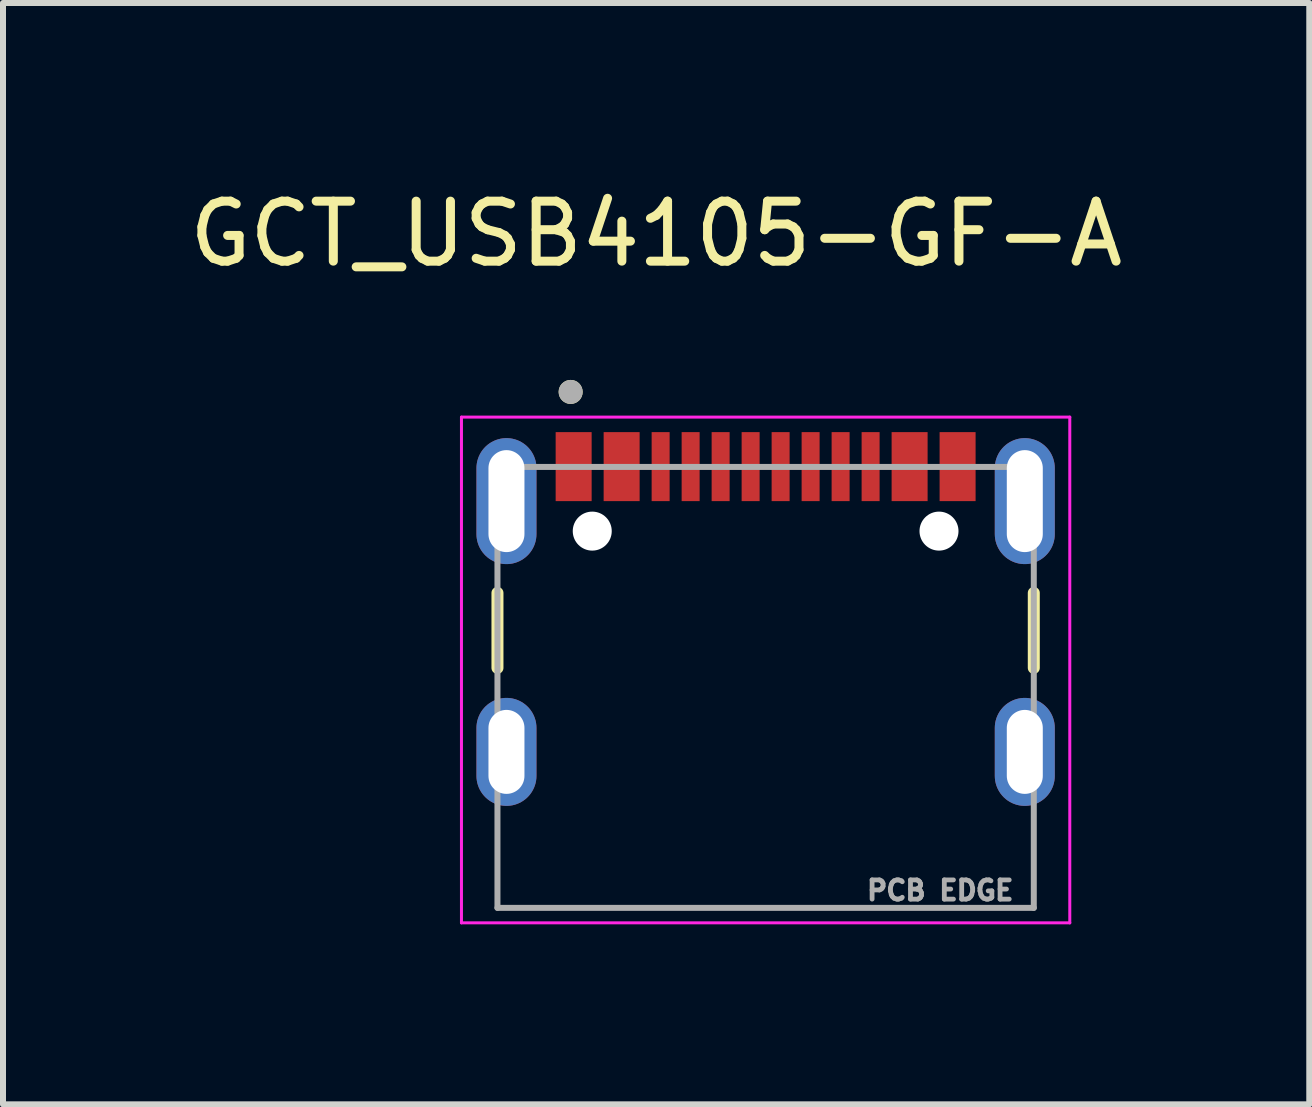
<source format=kicad_pcb>
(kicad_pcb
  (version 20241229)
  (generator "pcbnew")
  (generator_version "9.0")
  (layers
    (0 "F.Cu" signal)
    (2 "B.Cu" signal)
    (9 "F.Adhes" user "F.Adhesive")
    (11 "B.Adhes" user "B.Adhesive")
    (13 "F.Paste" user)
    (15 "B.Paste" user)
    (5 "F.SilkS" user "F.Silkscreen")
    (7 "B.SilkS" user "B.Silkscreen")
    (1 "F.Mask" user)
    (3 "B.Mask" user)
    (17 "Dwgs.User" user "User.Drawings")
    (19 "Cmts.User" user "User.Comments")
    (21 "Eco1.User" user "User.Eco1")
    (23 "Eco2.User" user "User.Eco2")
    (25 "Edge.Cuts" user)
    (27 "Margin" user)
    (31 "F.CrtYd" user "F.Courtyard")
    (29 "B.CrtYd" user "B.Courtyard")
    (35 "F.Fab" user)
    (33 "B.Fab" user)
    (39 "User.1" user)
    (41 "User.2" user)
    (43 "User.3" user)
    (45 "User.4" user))
  (footprint "GCT_USB4105-GF-A"
    (layer "F.Cu")
    (at 9.712 9.483)
    (property "Reference" "GCT_USB4105-GF-A" (at -1.825 -8.635 0) (layer "F.SilkS") (effects (font (size 1 1) (thickness 0.15))))
    (attr smd)
    (fp_poly (pts (xy -3.55 -5.38) (xy -2.85 -5.38) (xy -2.85 -4.13) (xy -3.55 -4.13)) (stroke (width 0.01) (type solid)) (fill yes) (layer "F.Mask"))
    (fp_poly (pts (xy -2.75 -5.38) (xy -2.05 -5.38) (xy -2.05 -4.13) (xy -2.75 -4.13)) (stroke (width 0.01) (type solid)) (fill yes) (layer "F.Mask"))
    (fp_poly (pts (xy -1.95 -5.38) (xy -1.55 -5.38) (xy -1.55 -4.13) (xy -1.95 -4.13)) (stroke (width 0.01) (type solid)) (fill yes) (layer "F.Mask"))
    (fp_poly (pts (xy -1.45 -5.38) (xy -1.05 -5.38) (xy -1.05 -4.13) (xy -1.45 -4.13)) (stroke (width 0.01) (type solid)) (fill yes) (layer "F.Mask"))
    (fp_poly (pts (xy -0.95 -5.38) (xy -0.55 -5.38) (xy -0.55 -4.13) (xy -0.95 -4.13)) (stroke (width 0.01) (type solid)) (fill yes) (layer "F.Mask"))
    (fp_poly (pts (xy -0.45 -5.38) (xy -0.05 -5.38) (xy -0.05 -4.13) (xy -0.45 -4.13)) (stroke (width 0.01) (type solid)) (fill yes) (layer "F.Mask"))
    (fp_poly (pts (xy 0.05 -5.38) (xy 0.45 -5.38) (xy 0.45 -4.13) (xy 0.05 -4.13)) (stroke (width 0.01) (type solid)) (fill yes) (layer "F.Mask"))
    (fp_poly (pts (xy 0.55 -5.38) (xy 0.95 -5.38) (xy 0.95 -4.13) (xy 0.55 -4.13)) (stroke (width 0.01) (type solid)) (fill yes) (layer "F.Mask"))
    (fp_poly (pts (xy 1.05 -5.38) (xy 1.45 -5.38) (xy 1.45 -4.13) (xy 1.05 -4.13)) (stroke (width 0.01) (type solid)) (fill yes) (layer "F.Mask"))
    (fp_poly (pts (xy 1.55 -5.38) (xy 1.95 -5.38) (xy 1.95 -4.13) (xy 1.55 -4.13)) (stroke (width 0.01) (type solid)) (fill yes) (layer "F.Mask"))
    (fp_poly (pts (xy 2.05 -5.38) (xy 2.75 -5.38) (xy 2.75 -4.13) (xy 2.05 -4.13)) (stroke (width 0.01) (type solid)) (fill yes) (layer "F.Mask"))
    (fp_poly (pts (xy 2.85 -5.38) (xy 3.55 -5.38) (xy 3.55 -4.13) (xy 2.85 -4.13)) (stroke (width 0.01) (type solid)) (fill yes) (layer "F.Mask"))
    (fp_line (start -4.47 -2.65) (end -4.47 -1.4) (stroke (width 0.2) (type solid)) (layer "F.SilkS"))
    (fp_line (start 4.47 -2.65) (end 4.47 -1.4) (stroke (width 0.2) (type solid)) (layer "F.SilkS"))
    (fp_circle (center -3.25 -6) (end -3.15 -6) (stroke (width 0.2) (type solid)) (fill no) (layer "F.SilkS"))
    (fp_line (start -5.07 -5.58) (end -5.07 2.85) (stroke (width 0.05) (type solid)) (layer "F.CrtYd"))
    (fp_line (start -5.07 2.85) (end 5.07 2.85) (stroke (width 0.05) (type solid)) (layer "F.CrtYd"))
    (fp_line (start 5.07 -5.58) (end -5.07 -5.58) (stroke (width 0.05) (type solid)) (layer "F.CrtYd"))
    (fp_line (start 5.07 2.85) (end 5.07 -5.58) (stroke (width 0.05) (type solid)) (layer "F.CrtYd"))
    (fp_line (start -4.47 -4.75) (end 4.47 -4.75) (stroke (width 0.1) (type solid)) (layer "F.Fab"))
    (fp_line (start -4.47 2.6) (end -4.47 -4.75) (stroke (width 0.1) (type solid)) (layer "F.Fab"))
    (fp_line (start 4.47 -4.75) (end 4.47 2.6) (stroke (width 0.1) (type solid)) (layer "F.Fab"))
    (fp_line (start 4.47 2.6) (end -4.47 2.6) (stroke (width 0.1) (type solid)) (layer "F.Fab"))
    (fp_circle (center -3.25 -6) (end -3.15 -6) (stroke (width 0.2) (type solid)) (fill no) (layer "F.Fab"))
    (fp_text user "PCB EDGE" (at 2.91 2.31 0) (layer "F.Fab") (effects (font (size 0.32 0.32) (thickness 0.15))))
    (pad "" np_thru_hole circle (at -2.89 -3.68) (size 0.65 0.65) (drill 0.65) (layers "*.Cu" "*.Mask"))
    (pad "" np_thru_hole circle (at 2.89 -3.68) (size 0.65 0.65) (drill 0.65) (layers "*.Cu" "*.Mask"))
    (pad "A1_B12" smd rect (at -3.2 -4.755) (size 0.6 1.15) (layers "F.Cu" "F.Paste"))
    (pad "A4_B9" smd rect (at -2.4 -4.755) (size 0.6 1.15) (layers "F.Cu" "F.Paste"))
    (pad "A5" smd rect (at -1.25 -4.755) (size 0.3 1.15) (layers "F.Cu" "F.Paste"))
    (pad "A6" smd rect (at -0.25 -4.755) (size 0.3 1.15) (layers "F.Cu" "F.Paste"))
    (pad "A7" smd rect (at 0.25 -4.755) (size 0.3 1.15) (layers "F.Cu" "F.Paste"))
    (pad "A8" smd rect (at 1.25 -4.755) (size 0.3 1.15) (layers "F.Cu" "F.Paste"))
    (pad "B1_A12" smd rect (at 3.2 -4.755) (size 0.6 1.15) (layers "F.Cu" "F.Paste"))
    (pad "B4_A9" smd rect (at 2.4 -4.755) (size 0.6 1.15) (layers "F.Cu" "F.Paste"))
    (pad "B5" smd rect (at 1.75 -4.755) (size 0.3 1.15) (layers "F.Cu" "F.Paste"))
    (pad "B6" smd rect (at 0.75 -4.755) (size 0.3 1.15) (layers "F.Cu" "F.Paste"))
    (pad "B7" smd rect (at -0.75 -4.755) (size 0.3 1.15) (layers "F.Cu" "F.Paste"))
    (pad "B8" smd rect (at -1.75 -4.755) (size 0.3 1.15) (layers "F.Cu" "F.Paste"))
    (pad "SH1" thru_hole oval (at -4.32 -4.18) (size 1 2.1) (drill oval 0.6 1.7) (layers "*.Cu" "*.Mask"))
    (pad "SH2" thru_hole oval (at 4.32 -4.18) (size 1 2.1) (drill oval 0.6 1.7) (layers "*.Cu" "*.Mask"))
    (pad "SH3" thru_hole oval (at -4.32 0) (size 1 1.8) (drill oval 0.6 1.4) (layers "*.Cu" "*.Mask"))
    (pad "SH4" thru_hole oval (at 4.32 0) (size 1 1.8) (drill oval 0.6 1.4) (layers "*.Cu" "*.Mask")))
  (gr_rect
    (start -3 -3)
    (end 18.774 15.358)
    (stroke (width 0.1) (type default))
    (fill no)
    (layer "Edge.Cuts")))
</source>
